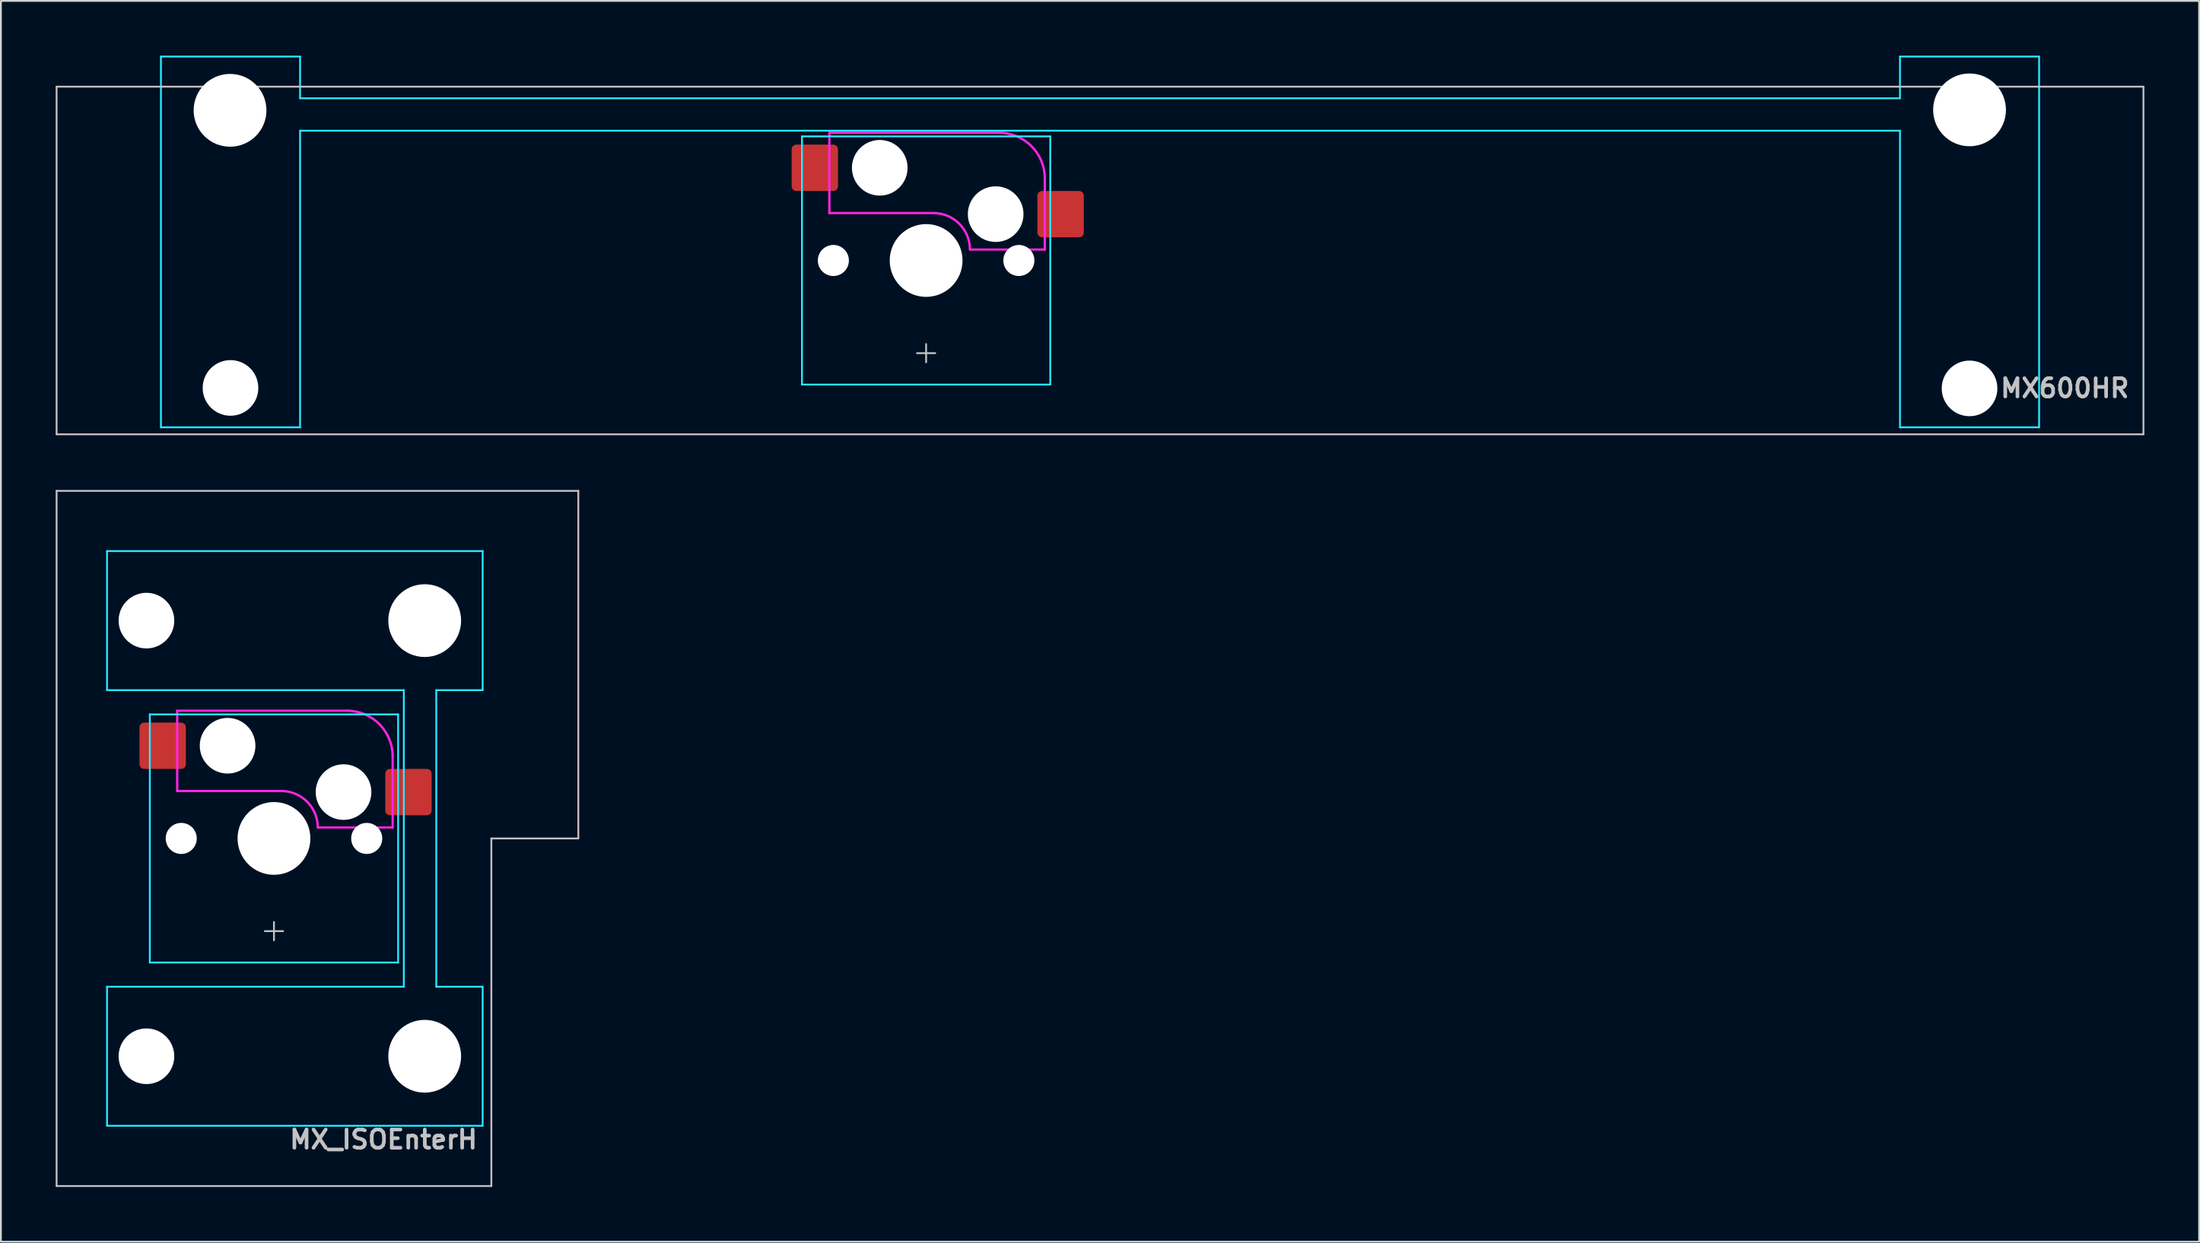
<source format=kicad_pcb>
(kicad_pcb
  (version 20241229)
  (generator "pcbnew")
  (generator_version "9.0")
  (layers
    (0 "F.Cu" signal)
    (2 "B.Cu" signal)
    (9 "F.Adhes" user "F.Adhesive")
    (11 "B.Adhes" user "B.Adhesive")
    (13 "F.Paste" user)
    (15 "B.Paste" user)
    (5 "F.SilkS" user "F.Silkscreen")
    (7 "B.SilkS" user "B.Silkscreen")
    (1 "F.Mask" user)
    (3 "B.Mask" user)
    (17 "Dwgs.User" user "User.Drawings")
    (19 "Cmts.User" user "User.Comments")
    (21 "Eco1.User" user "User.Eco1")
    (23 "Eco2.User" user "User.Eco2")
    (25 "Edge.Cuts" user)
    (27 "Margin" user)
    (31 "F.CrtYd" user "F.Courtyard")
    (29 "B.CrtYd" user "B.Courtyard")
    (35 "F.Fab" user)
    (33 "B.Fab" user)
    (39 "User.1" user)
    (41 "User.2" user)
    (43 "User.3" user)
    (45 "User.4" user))
  (footprint "MX600HR"
    (layer "F.Cu")
    (at 47.675 11.226)
    (property "Reference" "MX600HR" (at 66 7 0) (layer "Dwgs.User") (effects (font (size 1 1) (thickness 0.2)) (justify right)))
    (attr smd)
    (fp_line (start -47.625 -9.525) (end -47.625 9.525) (stroke (width 0.1) (type solid)) (layer "Dwgs.User"))
    (fp_line (start -47.625 -9.525) (end 66.675 -9.525) (stroke (width 0.1) (type solid)) (layer "Dwgs.User"))
    (fp_line (start -47.625 9.525) (end 66.675 9.525) (stroke (width 0.1) (type solid)) (layer "Dwgs.User"))
    (fp_line (start -0.5 5.08) (end 0.5 5.08) (stroke (width 0.1) (type solid)) (layer "Dwgs.User"))
    (fp_line (start 0 4.58) (end 0 5.58) (stroke (width 0.1) (type solid)) (layer "Dwgs.User"))
    (fp_line (start 66.675 -9.525) (end 66.675 9.525) (stroke (width 0.1) (type solid)) (layer "Dwgs.User"))
    (fp_line (start -41.6 -8.515) (end -41.6 5.485) (stroke (width 0.1) (type solid)) (layer "Eco1.User"))
    (fp_line (start -41.1 -9.015) (end -35.1 -9.015) (stroke (width 0.1) (type solid)) (layer "Eco1.User"))
    (fp_line (start -35.1 5.985) (end -41.1 5.985) (stroke (width 0.1) (type solid)) (layer "Eco1.User"))
    (fp_line (start -34.6 5.485) (end -34.6 -8.515) (stroke (width 0.1) (type solid)) (layer "Eco1.User"))
    (fp_line (start -7 -6.5) (end -7 6.5) (stroke (width 0.1) (type solid)) (layer "Eco1.User"))
    (fp_line (start -6.5 7) (end 6.5 7) (stroke (width 0.1) (type solid)) (layer "Eco1.User"))
    (fp_line (start 6.5 -7) (end -6.5 -7) (stroke (width 0.1) (type solid)) (layer "Eco1.User"))
    (fp_line (start 7 6.5) (end 7 -6.5) (stroke (width 0.1) (type solid)) (layer "Eco1.User"))
    (fp_line (start 53.65 -8.515) (end 53.65 5.485) (stroke (width 0.1) (type solid)) (layer "Eco1.User"))
    (fp_line (start 54.15 -9.015) (end 60.15 -9.015) (stroke (width 0.1) (type solid)) (layer "Eco1.User"))
    (fp_line (start 60.15 5.985) (end 54.15 5.985) (stroke (width 0.1) (type solid)) (layer "Eco1.User"))
    (fp_line (start 60.65 5.485) (end 60.65 -8.515) (stroke (width 0.1) (type solid)) (layer "Eco1.User"))
    (fp_arc (start -41.6 -8.515) (mid -41.453553 -8.868553) (end -41.1 -9.015) (stroke (width 0.1) (type solid)) (layer "Eco1.User"))
    (fp_arc (start -41.1 5.985) (mid -41.453553 5.838553) (end -41.6 5.485) (stroke (width 0.1) (type solid)) (layer "Eco1.User"))
    (fp_arc (start -35.1 -9.015) (mid -34.746447 -8.868553) (end -34.6 -8.515) (stroke (width 0.1) (type solid)) (layer "Eco1.User"))
    (fp_arc (start -34.6 5.485) (mid -34.746447 5.838553) (end -35.1 5.985) (stroke (width 0.1) (type solid)) (layer "Eco1.User"))
    (fp_arc (start -7 -6.5) (mid -6.853553 -6.853553) (end -6.5 -7) (stroke (width 0.1) (type solid)) (layer "Eco1.User"))
    (fp_arc (start -6.5 7) (mid -6.853553 6.853553) (end -7 6.5) (stroke (width 0.1) (type solid)) (layer "Eco1.User"))
    (fp_arc (start 6.5 -7) (mid 6.853553 -6.853553) (end 7 -6.5) (stroke (width 0.1) (type solid)) (layer "Eco1.User"))
    (fp_arc (start 7 6.5) (mid 6.853553 6.853553) (end 6.5 7) (stroke (width 0.1) (type solid)) (layer "Eco1.User"))
    (fp_arc (start 53.65 -8.515) (mid 53.796447 -8.868553) (end 54.15 -9.015) (stroke (width 0.1) (type solid)) (layer "Eco1.User"))
    (fp_arc (start 54.15 5.985) (mid 53.796447 5.838553) (end 53.65 5.485) (stroke (width 0.1) (type solid)) (layer "Eco1.User"))
    (fp_arc (start 60.15 -9.015) (mid 60.503553 -8.868553) (end 60.65 -8.515) (stroke (width 0.1) (type solid)) (layer "Eco1.User"))
    (fp_arc (start 60.65 5.485) (mid 60.503553 5.838553) (end 60.15 5.985) (stroke (width 0.1) (type solid)) (layer "Eco1.User"))
    (fp_line (start -41.91 -11.176) (end -34.29 -11.176) (stroke (width 0.1) (type solid)) (layer "B.CrtYd"))
    (fp_line (start -41.91 9.144) (end -41.91 -11.176) (stroke (width 0.1) (type solid)) (layer "B.CrtYd"))
    (fp_line (start -41.91 9.144) (end -34.29 9.144) (stroke (width 0.1) (type solid)) (layer "B.CrtYd"))
    (fp_line (start -34.29 -8.89) (end -34.29 -11.176) (stroke (width 0.1) (type solid)) (layer "B.CrtYd"))
    (fp_line (start -34.29 -7.112) (end -34.29 9.144) (stroke (width 0.1) (type solid)) (layer "B.CrtYd"))
    (fp_line (start -6.8 -6.8) (end -6.8 6.8) (stroke (width 0.1) (type solid)) (layer "B.CrtYd"))
    (fp_line (start 6.8 -6.8) (end -6.8 -6.8) (stroke (width 0.1) (type solid)) (layer "B.CrtYd"))
    (fp_line (start 6.8 -6.8) (end 6.8 6.8) (stroke (width 0.1) (type solid)) (layer "B.CrtYd"))
    (fp_line (start 6.8 6.8) (end -6.8 6.8) (stroke (width 0.1) (type solid)) (layer "B.CrtYd"))
    (fp_line (start 53.34 -8.89) (end -34.29 -8.89) (stroke (width 0.1) (type solid)) (layer "B.CrtYd"))
    (fp_line (start 53.34 -8.89) (end 53.34 -11.176) (stroke (width 0.1) (type solid)) (layer "B.CrtYd"))
    (fp_line (start 53.34 -7.112) (end -34.29 -7.112) (stroke (width 0.1) (type solid)) (layer "B.CrtYd"))
    (fp_line (start 53.34 -7.112) (end 53.34 9.144) (stroke (width 0.1) (type solid)) (layer "B.CrtYd"))
    (fp_line (start 60.96 -11.176) (end 53.34 -11.176) (stroke (width 0.1) (type solid)) (layer "B.CrtYd"))
    (fp_line (start 60.96 9.144) (end 53.34 9.144) (stroke (width 0.1) (type solid)) (layer "B.CrtYd"))
    (fp_line (start 60.96 9.144) (end 60.96 -11.176) (stroke (width 0.1) (type solid)) (layer "B.CrtYd"))
    (fp_line (start -5.3 -7) (end -5.3 -2.6) (stroke (width 0.127) (type solid)) (layer "F.CrtYd"))
    (fp_line (start -5.2 -7) (end -5.3 -7) (stroke (width 0.12) (type solid)) (layer "F.CrtYd"))
    (fp_line (start 0.4 -2.6) (end -5.3 -2.6) (stroke (width 0.127) (type solid)) (layer "F.CrtYd"))
    (fp_line (start 4 -7) (end -5.2 -7) (stroke (width 0.12) (type solid)) (layer "F.CrtYd"))
    (fp_line (start 6.5 -4.5) (end 6.5 -0.6) (stroke (width 0.127) (type solid)) (layer "F.CrtYd"))
    (fp_line (start 6.5 -0.6) (end 2.4 -0.6) (stroke (width 0.12) (type solid)) (layer "F.CrtYd"))
    (fp_arc (start 0.4 -2.6) (mid 1.814214 -2.014214) (end 2.4 -0.6) (stroke (width 0.127) (type solid)) (layer "F.CrtYd"))
    (fp_arc (start 4 -7) (mid 5.767767 -6.267767) (end 6.5 -4.5) (stroke (width 0.127) (type solid)) (layer "F.CrtYd"))
    (pad "" np_thru_hole circle (at -38.125 -8.23 180) (size 3.988 3.988) (drill 3.988) (layers "*.Cu" "*.Mask"))
    (pad "" np_thru_hole circle (at -38.1 6.985 180) (size 3.048 3.048) (drill 3.048) (layers "*.Cu" "*.Mask"))
    (pad "" np_thru_hole circle (at -5.08 0) (size 1.702 1.702) (drill 1.702) (layers "*.Cu" "*.Mask"))
    (pad "" np_thru_hole circle (at -2.54 -5.08) (size 3.048 3.048) (drill 3.048) (layers "*.Cu" "*.Mask"))
    (pad "" np_thru_hole circle (at 0 0) (size 3.988 3.988) (drill 3.988) (layers "*.Cu" "*.Mask"))
    (pad "" np_thru_hole circle (at 3.81 -2.54) (size 3.048 3.048) (drill 3.048) (layers "*.Cu" "*.Mask"))
    (pad "" np_thru_hole circle (at 5.08 0) (size 1.702 1.702) (drill 1.702) (layers "*.Cu" "*.Mask"))
    (pad "" np_thru_hole circle (at 57.15 -8.255 180) (size 3.988 3.988) (drill 3.988) (layers "*.Cu" "*.Mask"))
    (pad "" np_thru_hole circle (at 57.15 7.01 180) (size 3.048 3.048) (drill 3.048) (layers "*.Cu" "*.Mask"))
    (pad "1" smd roundrect (at -6.096 -5.08) (size 2.54 2.54) (layers "F.Cu" "F.Mask") (roundrect_rratio 0.1))
    (pad "2" smd roundrect (at 7.366 -2.54) (size 2.54 2.54) (layers "F.Cu" "F.Mask") (roundrect_rratio 0.1)))
  (footprint "MX_ISOEnterH"
    (layer "F.Cu")
    (at 11.956 42.901)
    (property "Reference" "MX_ISOEnterH" (at 11.25 16.5 0) (unlocked yes) (layer "Dwgs.User") (effects (font (size 1 1) (thickness 0.2)) (justify right)))
    (attr smd)
    (fp_line (start -11.906 19.05) (end -11.906 -19.05) (stroke (width 0.1) (type solid)) (layer "Dwgs.User"))
    (fp_line (start -0.5 5.08) (end 0.5 5.08) (stroke (width 0.1) (type solid)) (layer "Dwgs.User"))
    (fp_line (start 0 4.58) (end 0 5.58) (stroke (width 0.1) (type solid)) (layer "Dwgs.User"))
    (fp_line (start 11.906 19.05) (end -11.906 19.05) (stroke (width 0.1) (type solid)) (layer "Dwgs.User"))
    (fp_line (start 11.906 19.05) (end 11.906 0) (stroke (width 0.1) (type solid)) (layer "Dwgs.User"))
    (fp_line (start 16.669 -19.05) (end -11.906 -19.05) (stroke (width 0.1) (type solid)) (layer "Dwgs.User"))
    (fp_line (start 16.669 0) (end 11.906 0) (stroke (width 0.1) (type solid)) (layer "Dwgs.User"))
    (fp_line (start 16.669 0) (end 16.669 -19.05) (stroke (width 0.1) (type solid)) (layer "Dwgs.User"))
    (fp_line (start -7 -6.5) (end -7 6.5) (stroke (width 0.1) (type solid)) (layer "Eco1.User"))
    (fp_line (start -6.5 7) (end 6.5 7) (stroke (width 0.1) (type solid)) (layer "Eco1.User"))
    (fp_line (start -5.985 -8.938) (end -5.985 -14.938) (stroke (width 0.1) (type solid)) (layer "Eco1.User"))
    (fp_line (start -5.985 14.938) (end -5.985 8.938) (stroke (width 0.1) (type solid)) (layer "Eco1.User"))
    (fp_line (start -5.485 -8.438) (end 8.515 -8.438) (stroke (width 0.1) (type solid)) (layer "Eco1.User"))
    (fp_line (start -5.485 15.438) (end 8.515 15.438) (stroke (width 0.1) (type solid)) (layer "Eco1.User"))
    (fp_line (start 6.5 -7) (end -6.5 -7) (stroke (width 0.1) (type solid)) (layer "Eco1.User"))
    (fp_line (start 7 6.5) (end 7 -6.5) (stroke (width 0.1) (type solid)) (layer "Eco1.User"))
    (fp_line (start 8.515 -15.438) (end -5.485 -15.438) (stroke (width 0.1) (type solid)) (layer "Eco1.User"))
    (fp_line (start 8.515 8.438) (end -5.485 8.438) (stroke (width 0.1) (type solid)) (layer "Eco1.User"))
    (fp_line (start 9.015 -14.938) (end 9.015 -8.938) (stroke (width 0.1) (type solid)) (layer "Eco1.User"))
    (fp_line (start 9.015 8.938) (end 9.015 14.938) (stroke (width 0.1) (type solid)) (layer "Eco1.User"))
    (fp_arc (start -7 -6.5) (mid -6.853553 -6.853553) (end -6.5 -7) (stroke (width 0.1) (type solid)) (layer "Eco1.User"))
    (fp_arc (start -6.5 7) (mid -6.853553 6.853553) (end -7 6.5) (stroke (width 0.1) (type solid)) (layer "Eco1.User"))
    (fp_arc (start -5.985 -14.938) (mid -5.838553 -15.291553) (end -5.485 -15.438) (stroke (width 0.1) (type solid)) (layer "Eco1.User"))
    (fp_arc (start -5.985 8.938) (mid -5.838553 8.584447) (end -5.485 8.438) (stroke (width 0.1) (type solid)) (layer "Eco1.User"))
    (fp_arc (start -5.485 -8.438) (mid -5.838553 -8.584447) (end -5.985 -8.938) (stroke (width 0.1) (type solid)) (layer "Eco1.User"))
    (fp_arc (start -5.485 15.438) (mid -5.838553 15.291553) (end -5.985 14.938) (stroke (width 0.1) (type solid)) (layer "Eco1.User"))
    (fp_arc (start 6.5 -7) (mid 6.853553 -6.853553) (end 7 -6.5) (stroke (width 0.1) (type solid)) (layer "Eco1.User"))
    (fp_arc (start 7 6.5) (mid 6.853553 6.853553) (end 6.5 7) (stroke (width 0.1) (type solid)) (layer "Eco1.User"))
    (fp_arc (start 8.515 -15.438) (mid 8.868553 -15.291553) (end 9.015 -14.938) (stroke (width 0.1) (type solid)) (layer "Eco1.User"))
    (fp_arc (start 8.515 8.438) (mid 8.868553 8.584447) (end 9.015 8.938) (stroke (width 0.1) (type solid)) (layer "Eco1.User"))
    (fp_arc (start 9.015 -8.938) (mid 8.868553 -8.584447) (end 8.515 -8.438) (stroke (width 0.1) (type solid)) (layer "Eco1.User"))
    (fp_arc (start 9.015 14.938) (mid 8.868553 15.291553) (end 8.515 15.438) (stroke (width 0.1) (type solid)) (layer "Eco1.User"))
    (fp_line (start -9.144 -15.748) (end 11.43 -15.748) (stroke (width 0.1) (type solid)) (layer "B.CrtYd"))
    (fp_line (start -9.144 -8.128) (end -9.144 -15.748) (stroke (width 0.1) (type solid)) (layer "B.CrtYd"))
    (fp_line (start -9.144 -8.128) (end 7.112 -8.128) (stroke (width 0.1) (type solid)) (layer "B.CrtYd"))
    (fp_line (start -9.144 8.128) (end 7.112 8.128) (stroke (width 0.1) (type solid)) (layer "B.CrtYd"))
    (fp_line (start -9.144 15.748) (end -9.144 8.128) (stroke (width 0.1) (type solid)) (layer "B.CrtYd"))
    (fp_line (start -6.8 6.8) (end -6.8 -6.8) (stroke (width 0.1) (type solid)) (layer "B.CrtYd"))
    (fp_line (start 6.8 -6.8) (end -6.8 -6.8) (stroke (width 0.1) (type solid)) (layer "B.CrtYd"))
    (fp_line (start 6.8 6.8) (end -6.8 6.8) (stroke (width 0.1) (type solid)) (layer "B.CrtYd"))
    (fp_line (start 6.8 6.8) (end 6.8 -6.8) (stroke (width 0.1) (type solid)) (layer "B.CrtYd"))
    (fp_line (start 7.112 8.128) (end 7.112 -8.128) (stroke (width 0.1) (type solid)) (layer "B.CrtYd"))
    (fp_line (start 8.89 8.128) (end 8.89 -8.128) (stroke (width 0.1) (type solid)) (layer "B.CrtYd"))
    (fp_line (start 11.43 -15.748) (end 11.43 -8.128) (stroke (width 0.1) (type solid)) (layer "B.CrtYd"))
    (fp_line (start 11.43 -8.128) (end 8.89 -8.128) (stroke (width 0.1) (type solid)) (layer "B.CrtYd"))
    (fp_line (start 11.43 8.128) (end 8.89 8.128) (stroke (width 0.1) (type solid)) (layer "B.CrtYd"))
    (fp_line (start 11.43 8.128) (end 11.43 15.748) (stroke (width 0.1) (type solid)) (layer "B.CrtYd"))
    (fp_line (start 11.43 15.748) (end -9.144 15.748) (stroke (width 0.1) (type solid)) (layer "B.CrtYd"))
    (fp_line (start -5.3 -7) (end -5.3 -2.6) (stroke (width 0.127) (type solid)) (layer "F.CrtYd"))
    (fp_line (start 0.4 -2.6) (end -5.3 -2.6) (stroke (width 0.127) (type solid)) (layer "F.CrtYd"))
    (fp_line (start 4 -7) (end -5.3 -7) (stroke (width 0.12) (type solid)) (layer "F.CrtYd"))
    (fp_line (start 6.5 -4.5) (end 6.5 -0.6) (stroke (width 0.12) (type solid)) (layer "F.CrtYd"))
    (fp_line (start 6.5 -0.6) (end 2.4 -0.6) (stroke (width 0.12) (type solid)) (layer "F.CrtYd"))
    (fp_arc (start 0.4 -2.6) (mid 1.814214 -2.014214) (end 2.4 -0.6) (stroke (width 0.127) (type solid)) (layer "F.CrtYd"))
    (fp_arc (start 4 -7) (mid 5.767767 -6.267767) (end 6.5 -4.5) (stroke (width 0.127) (type solid)) (layer "F.CrtYd"))
    (pad "" np_thru_hole circle (at -6.985 -11.938 90) (size 3.048 3.048) (drill 3.048) (layers "*.Cu" "*.Mask"))
    (pad "" np_thru_hole circle (at -6.985 11.938 90) (size 3.048 3.048) (drill 3.048) (layers "*.Cu" "*.Mask"))
    (pad "" np_thru_hole circle (at -5.08 0 270) (size 1.702 1.702) (drill 1.702) (layers "*.Cu" "*.Mask"))
    (pad "" np_thru_hole circle (at -2.54 -5.08) (size 3.048 3.048) (drill 3.048) (layers "*.Cu" "*.Mask"))
    (pad "" np_thru_hole circle (at 0 0) (size 3.988 3.988) (drill 3.988) (layers "*.Cu" "*.Mask"))
    (pad "" np_thru_hole circle (at 3.81 -2.54) (size 3.048 3.048) (drill 3.048) (layers "*.Cu" "*.Mask"))
    (pad "" np_thru_hole circle (at 5.08 0 270) (size 1.702 1.702) (drill 1.702) (layers "*.Cu" "*.Mask"))
    (pad "" np_thru_hole circle (at 8.255 -11.938 90) (size 3.988 3.988) (drill 3.988) (layers "*.Cu" "*.Mask"))
    (pad "" np_thru_hole circle (at 8.255 11.938 90) (size 3.988 3.988) (drill 3.988) (layers "*.Cu" "*.Mask"))
    (pad "1" smd roundrect (at -6.096 -5.08) (size 2.54 2.54) (layers "F.Cu" "F.Mask") (roundrect_rratio 0.1))
    (pad "2" smd roundrect (at 7.366 -2.54) (size 2.54 2.54) (layers "F.Cu" "F.Mask") (roundrect_rratio 0.1)))
  (gr_rect
    (start -3 -3)
    (end 117.4 65.001)
    (stroke (width 0.1) (type default))
    (fill no)
    (layer "Edge.Cuts")))
</source>
